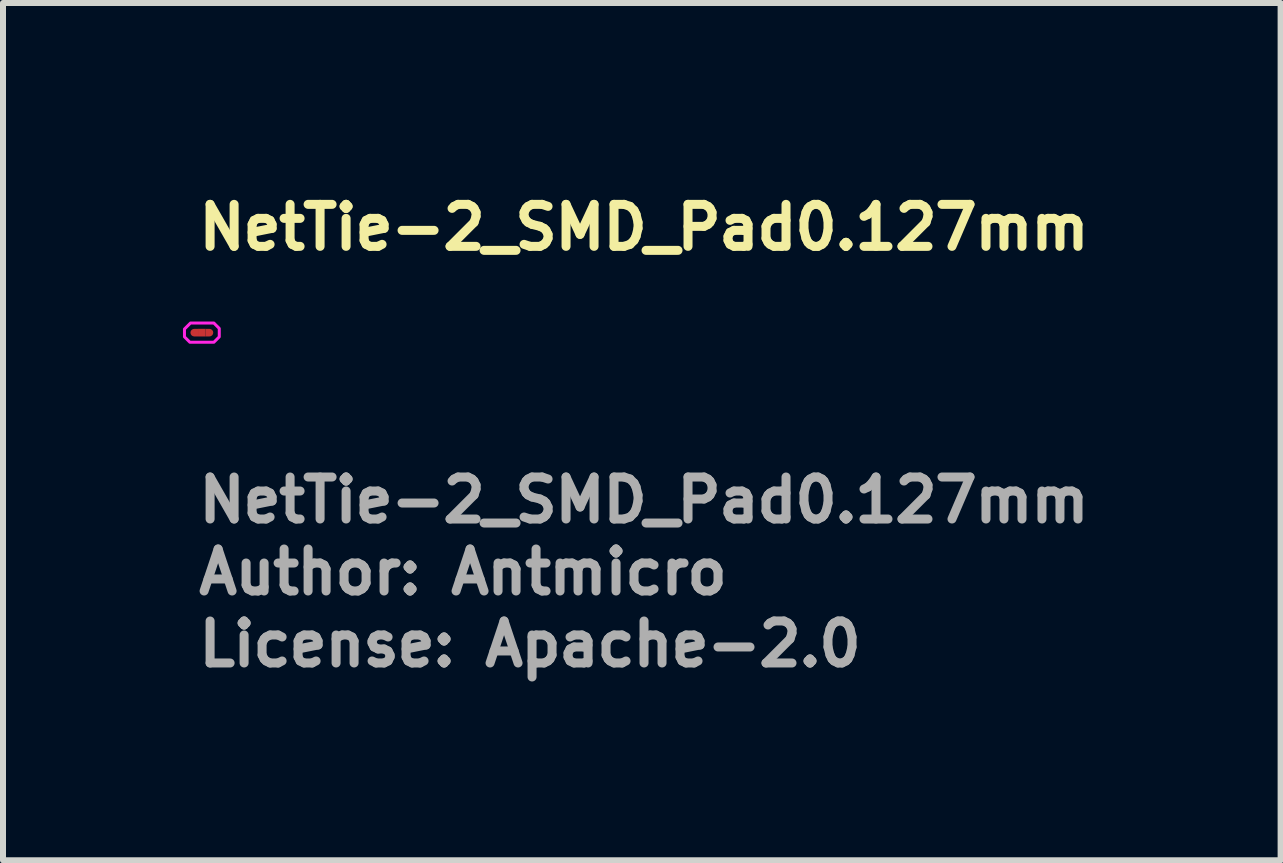
<source format=kicad_pcb>
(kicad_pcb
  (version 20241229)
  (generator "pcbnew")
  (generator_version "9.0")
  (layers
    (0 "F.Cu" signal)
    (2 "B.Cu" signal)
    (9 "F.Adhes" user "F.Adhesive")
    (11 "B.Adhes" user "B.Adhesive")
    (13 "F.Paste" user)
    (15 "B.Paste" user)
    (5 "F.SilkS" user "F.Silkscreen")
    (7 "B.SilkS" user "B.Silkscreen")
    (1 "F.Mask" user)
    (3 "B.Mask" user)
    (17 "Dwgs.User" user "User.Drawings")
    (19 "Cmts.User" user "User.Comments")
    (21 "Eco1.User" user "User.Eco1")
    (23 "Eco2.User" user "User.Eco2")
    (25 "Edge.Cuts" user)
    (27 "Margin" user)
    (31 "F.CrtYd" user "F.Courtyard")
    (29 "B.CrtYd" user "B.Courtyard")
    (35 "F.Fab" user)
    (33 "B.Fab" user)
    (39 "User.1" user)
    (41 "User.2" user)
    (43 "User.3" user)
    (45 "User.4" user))
  (footprint "NetTie-2_SMD_Pad0.127mm"
    (layer "F.Cu")
    (at 0.315 2.495)
    (property "Reference" "NetTie-2_SMD_Pad0.127mm" (at -0.128 -1.345 0) (layer "F.SilkS") (effects (font (size 0.7 0.7) (thickness 0.15)) (justify left bottom)))
    (attr through_hole exclude_from_pos_files exclude_from_bom)
    (fp_poly (pts (xy -0.064 -0.064) (xy 0.062 -0.064) (xy 0.062 0.064) (xy -0.064 0.064)) (stroke (width 0) (type solid)) (fill yes) (layer "F.Cu"))
    (fp_poly (pts (xy 0.2 -0.16) (xy 0.29 -0.07) (xy 0.29 0.07) (xy 0.2 0.16) (xy -0.2 0.16) (xy -0.29 0.07) (xy -0.29 -0.06) (xy -0.19 -0.16)) (stroke (width 0.05) (type solid)) (fill no) (layer "F.CrtYd"))
    (fp_text user "License: Apache-2.0" (at -0.128 5.6 0) (layer "F.Fab") (effects (font (size 0.7 0.7) (thickness 0.15)) (justify left bottom)))
    (fp_text user "${REFERENCE}" (at -0.128 3.2 0) (layer "F.Fab") (effects (font (size 0.7 0.7) (thickness 0.15)) (justify left bottom)))
    (fp_text user "Author: Antmicro" (at -0.128 4.4 0) (layer "F.Fab") (effects (font (size 0.7 0.7) (thickness 0.15)) (justify left bottom)))
    (pad "1" smd roundrect (at -0.127 0 180) (size 0.127 0.127) (layers "F.Cu") (roundrect_rratio 0.5) (chamfer_ratio 0) (chamfer top_left bottom_left))
    (pad "2" smd roundrect (at 0.126 0) (size 0.127 0.127) (layers "F.Cu") (roundrect_rratio 0.5) (chamfer_ratio 0) (chamfer top_left bottom_left)))
  (gr_rect
    (start -3 -3)
    (end 18.297 11.29)
    (stroke (width 0.1) (type default))
    (fill no)
    (layer "Edge.Cuts")))
</source>
